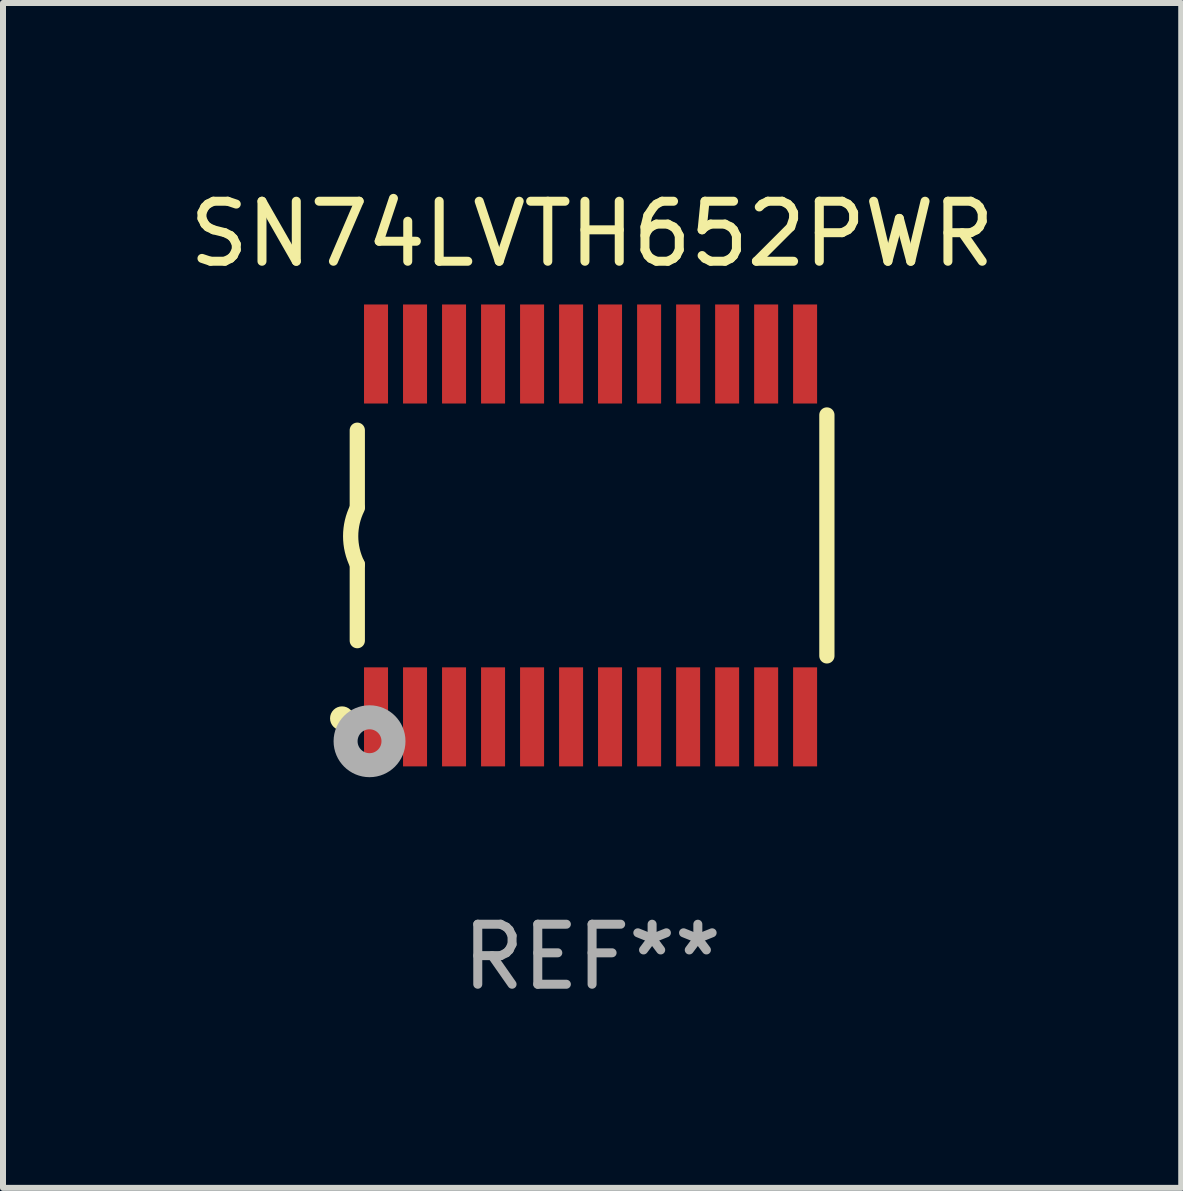
<source format=kicad_pcb>
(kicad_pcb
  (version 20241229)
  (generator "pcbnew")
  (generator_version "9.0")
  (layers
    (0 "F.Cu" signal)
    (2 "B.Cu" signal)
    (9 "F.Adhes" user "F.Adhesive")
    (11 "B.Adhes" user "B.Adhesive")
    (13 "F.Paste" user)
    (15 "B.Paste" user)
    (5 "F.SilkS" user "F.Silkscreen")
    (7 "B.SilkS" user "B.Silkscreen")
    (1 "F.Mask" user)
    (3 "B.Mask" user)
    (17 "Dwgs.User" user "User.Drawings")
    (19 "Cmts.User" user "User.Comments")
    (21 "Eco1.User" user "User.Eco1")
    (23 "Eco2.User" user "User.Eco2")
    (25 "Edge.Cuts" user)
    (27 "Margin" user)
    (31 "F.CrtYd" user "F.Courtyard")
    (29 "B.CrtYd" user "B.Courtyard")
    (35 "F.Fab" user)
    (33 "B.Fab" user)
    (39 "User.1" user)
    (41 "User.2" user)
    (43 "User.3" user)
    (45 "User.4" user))
  (footprint "SN74LVTH652PWR"
    (layer "F.Cu")
    (at 6.815 5.871)
    (property "Reference" "SN74LVTH652PWR" (at 0 -5.023 0) (layer "F.SilkS") (effects (font (size 1 1) (thickness 0.15))))
    (attr through_hole)
    (fp_line (start -3.912 -0.483) (end -3.912 -1.753) (stroke (width 0.254) (type solid)) (layer "F.SilkS"))
    (fp_line (start -3.912 1.753) (end -3.912 0.483) (stroke (width 0.254) (type solid)) (layer "F.SilkS"))
    (fp_line (start 3.912 -2.007) (end 3.912 2.007) (stroke (width 0.254) (type solid)) (layer "F.SilkS"))
    (fp_arc (start -3.911608 0.482601) (mid -4.022537 0.0127) (end -3.911608 -0.457201) (stroke (width 0.254001) (type solid)) (layer "F.SilkS"))
    (fp_circle (center -4.166 3.048) (end -4.066 3.048) (stroke (width 0.2) (type solid)) (fill no) (layer "F.SilkS"))
    (fp_circle (center -3.925 3.186) (end -3.895 3.186) (stroke (width 0.06) (type solid)) (fill no) (layer "F.SilkS"))
    (fp_circle (center -3.708 3.429) (end -3.509 3.429) (stroke (width 0.4) (type solid)) (fill no) (layer "F.Fab"))
    (fp_text user "REF**" (at 0 7.023 0) (layer "F.Fab") (effects (font (size 1 1) (thickness 0.15))))
    (pad "1" smd rect (at -3.6 3.023) (size 0.4 1.65) (layers "F.Cu" "F.Mask" "F.Paste"))
    (pad "2" smd rect (at -2.95 3.023) (size 0.4 1.65) (layers "F.Cu" "F.Mask" "F.Paste"))
    (pad "3" smd rect (at -2.3 3.023) (size 0.4 1.65) (layers "F.Cu" "F.Mask" "F.Paste"))
    (pad "4" smd rect (at -1.65 3.023) (size 0.4 1.65) (layers "F.Cu" "F.Mask" "F.Paste"))
    (pad "5" smd rect (at -1 3.023) (size 0.4 1.65) (layers "F.Cu" "F.Mask" "F.Paste"))
    (pad "6" smd rect (at -0.35 3.023) (size 0.4 1.65) (layers "F.Cu" "F.Mask" "F.Paste"))
    (pad "7" smd rect (at 0.299 3.023) (size 0.4 1.65) (layers "F.Cu" "F.Mask" "F.Paste"))
    (pad "8" smd rect (at 0.95 3.023) (size 0.4 1.65) (layers "F.Cu" "F.Mask" "F.Paste"))
    (pad "9" smd rect (at 1.6 3.023) (size 0.4 1.65) (layers "F.Cu" "F.Mask" "F.Paste"))
    (pad "10" smd rect (at 2.25 3.023) (size 0.4 1.65) (layers "F.Cu" "F.Mask" "F.Paste"))
    (pad "11" smd rect (at 2.9 3.023) (size 0.4 1.65) (layers "F.Cu" "F.Mask" "F.Paste"))
    (pad "12" smd rect (at 3.549 3.023) (size 0.4 1.65) (layers "F.Cu" "F.Mask" "F.Paste"))
    (pad "13" smd rect (at 3.549 -3.023) (size 0.4 1.65) (layers "F.Cu" "F.Mask" "F.Paste"))
    (pad "14" smd rect (at 2.9 -3.023) (size 0.4 1.65) (layers "F.Cu" "F.Mask" "F.Paste"))
    (pad "15" smd rect (at 2.25 -3.023) (size 0.4 1.65) (layers "F.Cu" "F.Mask" "F.Paste"))
    (pad "16" smd rect (at 1.6 -3.023) (size 0.4 1.65) (layers "F.Cu" "F.Mask" "F.Paste"))
    (pad "17" smd rect (at 0.95 -3.023) (size 0.4 1.65) (layers "F.Cu" "F.Mask" "F.Paste"))
    (pad "18" smd rect (at 0.299 -3.023) (size 0.4 1.65) (layers "F.Cu" "F.Mask" "F.Paste"))
    (pad "19" smd rect (at -0.35 -3.023) (size 0.4 1.65) (layers "F.Cu" "F.Mask" "F.Paste"))
    (pad "20" smd rect (at -1 -3.023) (size 0.4 1.65) (layers "F.Cu" "F.Mask" "F.Paste"))
    (pad "21" smd rect (at -1.65 -3.023) (size 0.4 1.65) (layers "F.Cu" "F.Mask" "F.Paste"))
    (pad "22" smd rect (at -2.3 -3.023) (size 0.4 1.65) (layers "F.Cu" "F.Mask" "F.Paste"))
    (pad "23" smd rect (at -2.95 -3.023) (size 0.4 1.65) (layers "F.Cu" "F.Mask" "F.Paste"))
    (pad "24" smd rect (at -3.6 -3.023) (size 0.4 1.65) (layers "F.Cu" "F.Mask" "F.Paste")))
  (gr_rect
    (start -3 -3)
    (end 16.631 16.742)
    (stroke (width 0.1) (type default))
    (fill no)
    (layer "Edge.Cuts")))
</source>
